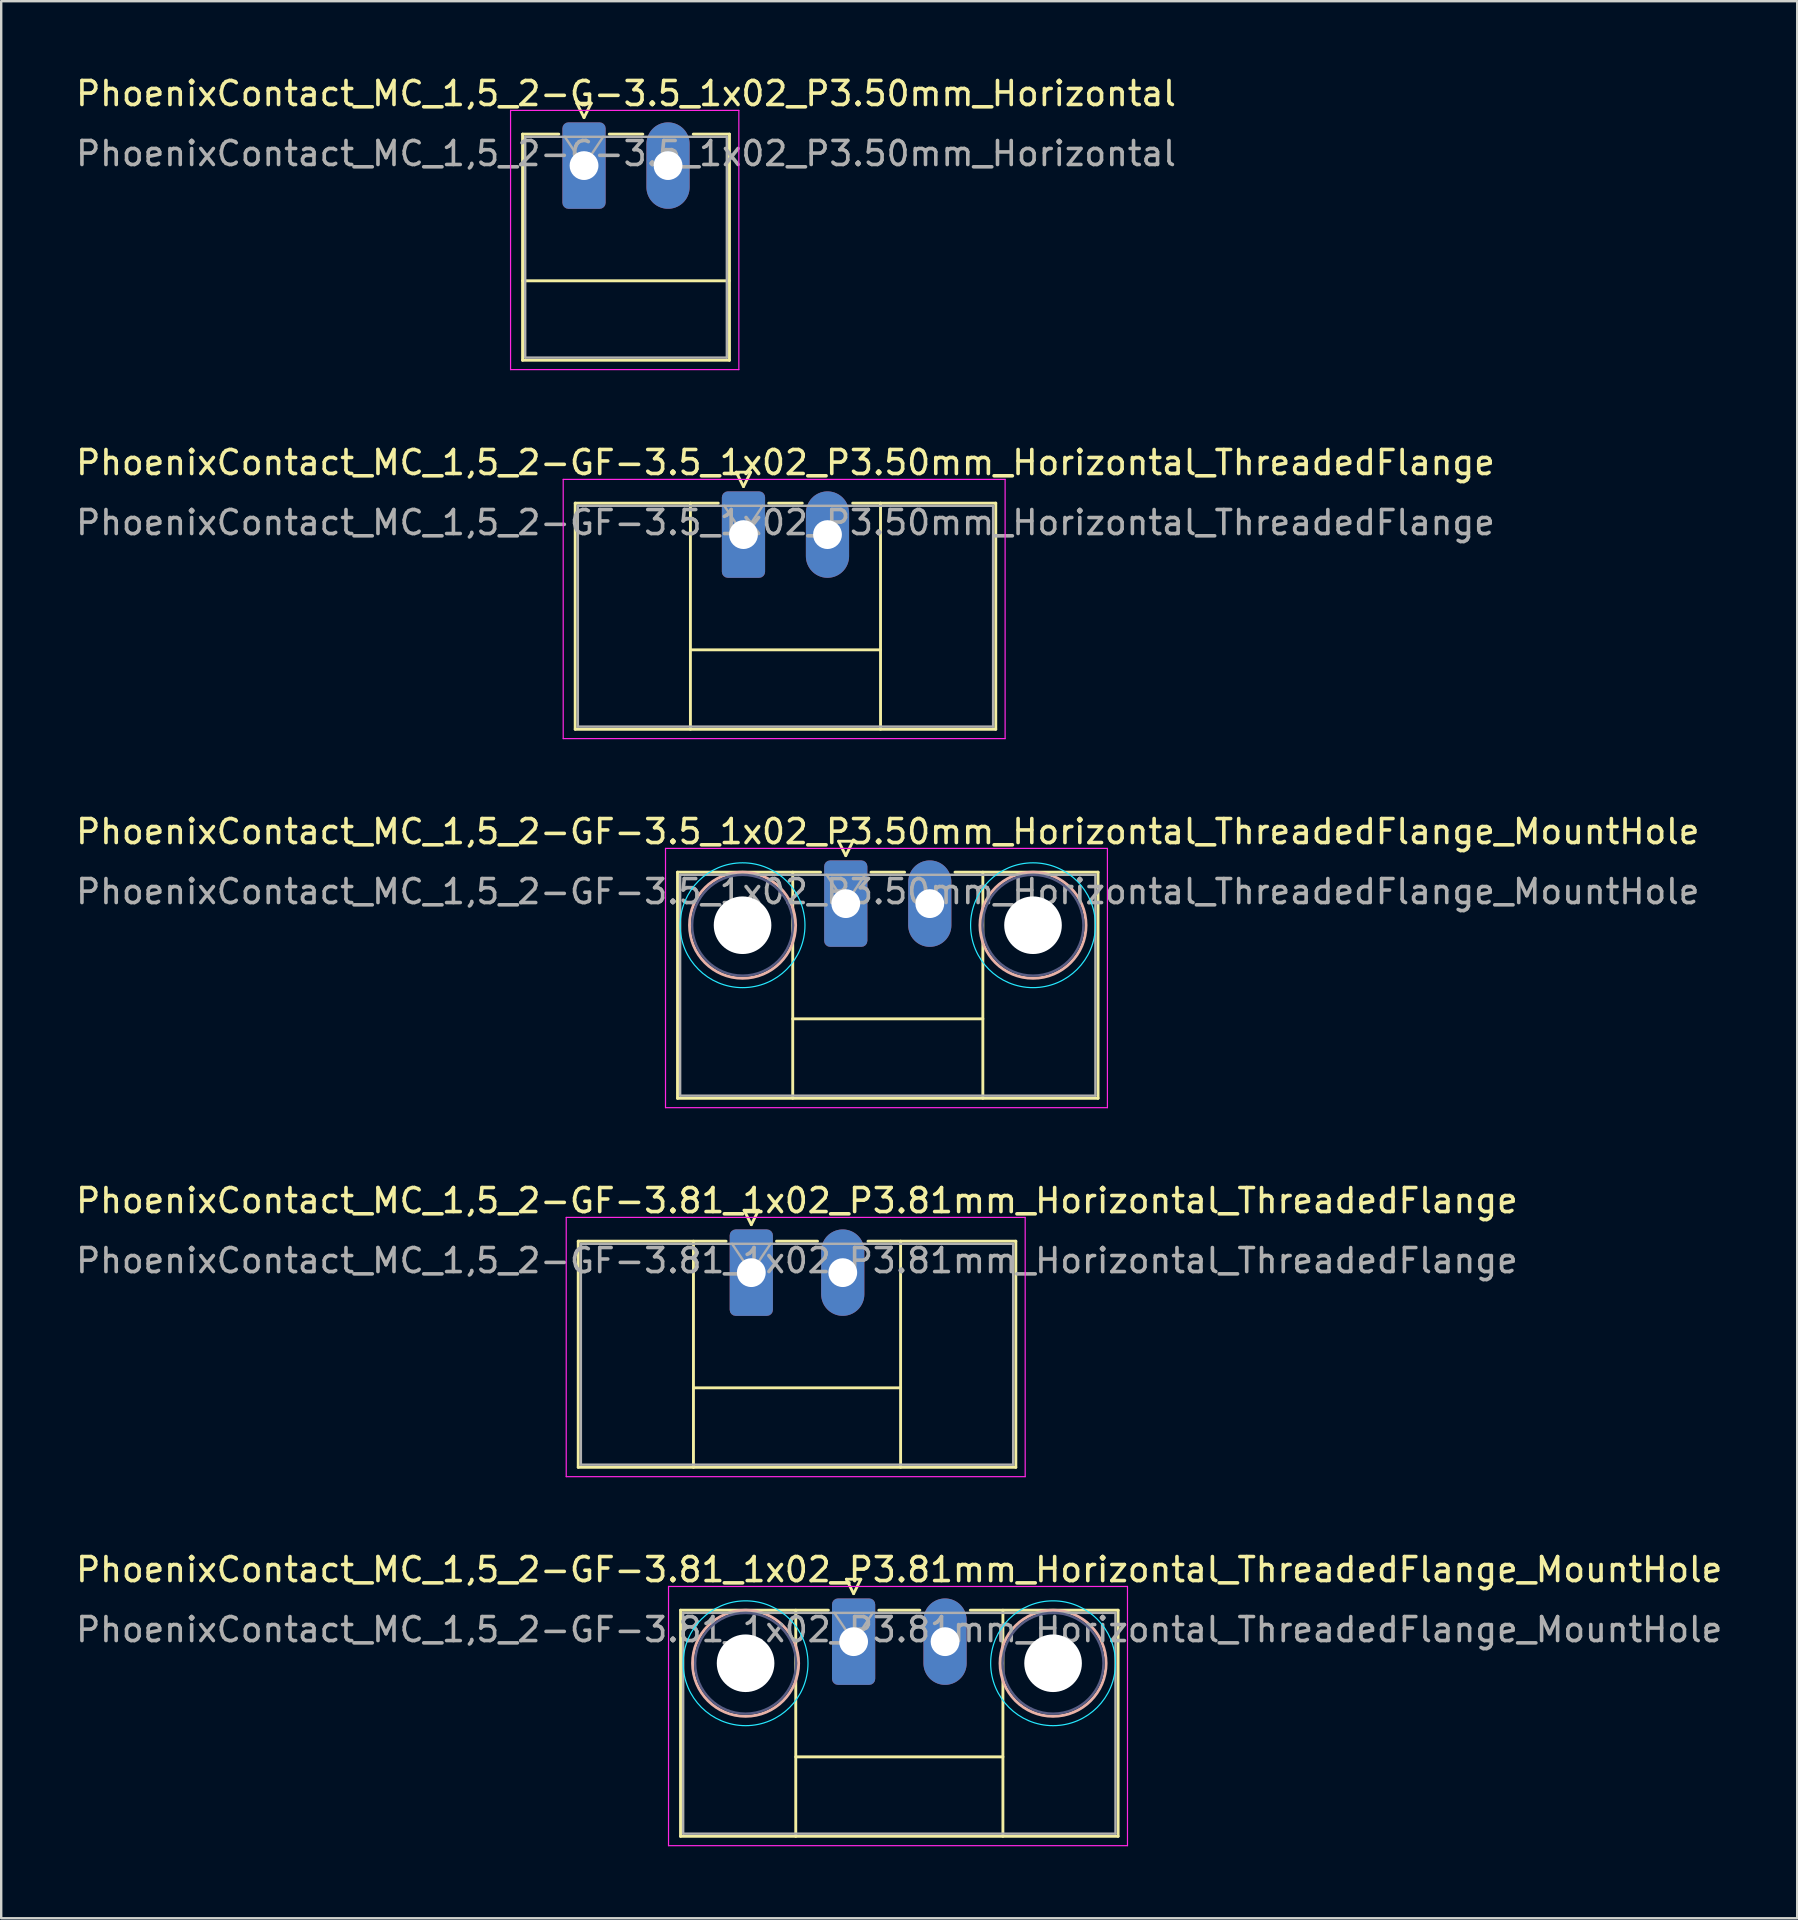
<source format=kicad_pcb>
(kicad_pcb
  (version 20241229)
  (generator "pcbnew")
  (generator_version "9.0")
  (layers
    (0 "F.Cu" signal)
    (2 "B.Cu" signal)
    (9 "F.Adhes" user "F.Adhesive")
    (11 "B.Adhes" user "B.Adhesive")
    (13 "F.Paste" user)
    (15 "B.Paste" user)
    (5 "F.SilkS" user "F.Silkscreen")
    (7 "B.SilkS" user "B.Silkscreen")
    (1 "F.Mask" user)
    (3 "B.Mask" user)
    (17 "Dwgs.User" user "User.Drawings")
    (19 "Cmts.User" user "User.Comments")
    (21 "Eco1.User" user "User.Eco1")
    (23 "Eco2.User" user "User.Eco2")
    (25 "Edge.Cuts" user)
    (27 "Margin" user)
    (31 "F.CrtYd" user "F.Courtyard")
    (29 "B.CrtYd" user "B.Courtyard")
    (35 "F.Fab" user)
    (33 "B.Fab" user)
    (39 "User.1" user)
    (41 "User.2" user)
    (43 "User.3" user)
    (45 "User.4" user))
  (footprint "PhoenixContact_MC_1,5_2-GF-3.81_1x02_P3.81mm_Horizontal_ThreadedFlange_MountHole"
    (layer "F.Cu")
    (at 32.511 65.341)
    (property "Reference" "PhoenixContact_MC_1,5_2-GF-3.81_1x02_P3.81mm_Horizontal_ThreadedFlange_MountHole" (at 1.9 -3 0) (layer "F.SilkS") (effects (font (size 1 1) (thickness 0.15))))
    (attr through_hole)
    (fp_line (start -7.21 -1.31) (end -7.21 8.11) (stroke (width 0.12) (type solid)) (layer "F.SilkS"))
    (fp_line (start -7.21 -1.31) (end -1.05 -1.31) (stroke (width 0.12) (type solid)) (layer "F.SilkS"))
    (fp_line (start -7.21 8.11) (end 11.02 8.11) (stroke (width 0.12) (type solid)) (layer "F.SilkS"))
    (fp_line (start -2.41 -1.31) (end -2.41 8.11) (stroke (width 0.12) (type solid)) (layer "F.SilkS"))
    (fp_line (start -2.41 4.8) (end 6.22 4.8) (stroke (width 0.12) (type solid)) (layer "F.SilkS"))
    (fp_line (start -0.3 -2.6) (end 0.3 -2.6) (stroke (width 0.12) (type solid)) (layer "F.SilkS"))
    (fp_line (start 0 -2) (end -0.3 -2.6) (stroke (width 0.12) (type solid)) (layer "F.SilkS"))
    (fp_line (start 0.3 -2.6) (end 0 -2) (stroke (width 0.12) (type solid)) (layer "F.SilkS"))
    (fp_line (start 1.05 -1.31) (end 2.76 -1.31) (stroke (width 0.12) (type solid)) (layer "F.SilkS"))
    (fp_line (start 6.22 -1.31) (end 6.22 8.11) (stroke (width 0.12) (type solid)) (layer "F.SilkS"))
    (fp_line (start 11.02 -1.31) (end 4.86 -1.31) (stroke (width 0.12) (type solid)) (layer "F.SilkS"))
    (fp_line (start 11.02 8.11) (end 11.02 -1.31) (stroke (width 0.12) (type solid)) (layer "F.SilkS"))
    (fp_circle (center -4.5 0.9) (end -2.29 0.9) (stroke (width 0.12) (type solid)) (fill no) (layer "B.SilkS"))
    (fp_circle (center 8.31 0.9) (end 10.52 0.9) (stroke (width 0.12) (type solid)) (fill no) (layer "B.SilkS"))
    (fp_circle (center -4.5 0.9) (end -1.9 0.9) (stroke (width 0.05) (type solid)) (fill no) (layer "B.CrtYd"))
    (fp_circle (center 8.31 0.9) (end 10.91 0.9) (stroke (width 0.05) (type solid)) (fill no) (layer "B.CrtYd"))
    (fp_line (start -7.71 -2.3) (end -7.71 8.5) (stroke (width 0.05) (type solid)) (layer "F.CrtYd"))
    (fp_line (start -7.71 8.5) (end 11.41 8.5) (stroke (width 0.05) (type solid)) (layer "F.CrtYd"))
    (fp_line (start 11.41 -2.3) (end -7.71 -2.3) (stroke (width 0.05) (type solid)) (layer "F.CrtYd"))
    (fp_line (start 11.41 8.5) (end 11.41 -2.3) (stroke (width 0.05) (type solid)) (layer "F.CrtYd"))
    (fp_circle (center -4.5 0.9) (end -2.4 0.9) (stroke (width 0.1) (type solid)) (fill no) (layer "B.Fab"))
    (fp_circle (center 8.31 0.9) (end 10.41 0.9) (stroke (width 0.1) (type solid)) (fill no) (layer "B.Fab"))
    (fp_line (start -7.1 -1.2) (end -7.1 8) (stroke (width 0.1) (type solid)) (layer "F.Fab"))
    (fp_line (start -7.1 8) (end 10.91 8) (stroke (width 0.1) (type solid)) (layer "F.Fab"))
    (fp_line (start 0 0) (end -0.8 -1.2) (stroke (width 0.1) (type solid)) (layer "F.Fab"))
    (fp_line (start 0.8 -1.2) (end 0 0) (stroke (width 0.1) (type solid)) (layer "F.Fab"))
    (fp_line (start 10.91 -1.2) (end -7.1 -1.2) (stroke (width 0.1) (type solid)) (layer "F.Fab"))
    (fp_line (start 10.91 8) (end 10.91 -1.2) (stroke (width 0.1) (type solid)) (layer "F.Fab"))
    (fp_text user "${REFERENCE}" (at 1.9 -0.5 0) (layer "F.Fab") (effects (font (size 1 1) (thickness 0.15))))
    (pad "" np_thru_hole circle (at -4.5 0.9) (size 2.4 2.4) (drill 2.4) (layers "*.Cu" "*.Mask"))
    (pad "" np_thru_hole circle (at 8.31 0.9) (size 2.4 2.4) (drill 2.4) (layers "*.Cu" "*.Mask"))
    (pad "1" thru_hole roundrect (at 0 0) (size 1.8 3.6) (drill 1.2) (layers "*.Cu" "*.Mask") (roundrect_rratio 0.139))
    (pad "2" thru_hole oval (at 3.81 0) (size 1.8 3.6) (drill 1.2) (layers "*.Cu" "*.Mask")))
  (footprint "PhoenixContact_MC_1,5_2-GF-3.81_1x02_P3.81mm_Horizontal_ThreadedFlange"
    (layer "F.Cu")
    (at 28.249 49.968)
    (property "Reference" "PhoenixContact_MC_1,5_2-GF-3.81_1x02_P3.81mm_Horizontal_ThreadedFlange" (at 1.9 -3 0) (layer "F.SilkS") (effects (font (size 1 1) (thickness 0.15))))
    (attr through_hole)
    (fp_line (start -7.21 -1.31) (end -7.21 8.11) (stroke (width 0.12) (type solid)) (layer "F.SilkS"))
    (fp_line (start -7.21 -1.31) (end -1.05 -1.31) (stroke (width 0.12) (type solid)) (layer "F.SilkS"))
    (fp_line (start -7.21 8.11) (end 11.02 8.11) (stroke (width 0.12) (type solid)) (layer "F.SilkS"))
    (fp_line (start -2.41 -1.31) (end -2.41 8.11) (stroke (width 0.12) (type solid)) (layer "F.SilkS"))
    (fp_line (start -2.41 4.8) (end 6.22 4.8) (stroke (width 0.12) (type solid)) (layer "F.SilkS"))
    (fp_line (start -0.3 -2.6) (end 0.3 -2.6) (stroke (width 0.12) (type solid)) (layer "F.SilkS"))
    (fp_line (start 0 -2) (end -0.3 -2.6) (stroke (width 0.12) (type solid)) (layer "F.SilkS"))
    (fp_line (start 0.3 -2.6) (end 0 -2) (stroke (width 0.12) (type solid)) (layer "F.SilkS"))
    (fp_line (start 1.05 -1.31) (end 2.76 -1.31) (stroke (width 0.12) (type solid)) (layer "F.SilkS"))
    (fp_line (start 6.22 -1.31) (end 6.22 8.11) (stroke (width 0.12) (type solid)) (layer "F.SilkS"))
    (fp_line (start 11.02 -1.31) (end 4.86 -1.31) (stroke (width 0.12) (type solid)) (layer "F.SilkS"))
    (fp_line (start 11.02 8.11) (end 11.02 -1.31) (stroke (width 0.12) (type solid)) (layer "F.SilkS"))
    (fp_line (start -7.71 -2.3) (end -7.71 8.5) (stroke (width 0.05) (type solid)) (layer "F.CrtYd"))
    (fp_line (start -7.71 8.5) (end 11.41 8.5) (stroke (width 0.05) (type solid)) (layer "F.CrtYd"))
    (fp_line (start 11.41 -2.3) (end -7.71 -2.3) (stroke (width 0.05) (type solid)) (layer "F.CrtYd"))
    (fp_line (start 11.41 8.5) (end 11.41 -2.3) (stroke (width 0.05) (type solid)) (layer "F.CrtYd"))
    (fp_line (start -7.1 -1.2) (end -7.1 8) (stroke (width 0.1) (type solid)) (layer "F.Fab"))
    (fp_line (start -7.1 8) (end 10.91 8) (stroke (width 0.1) (type solid)) (layer "F.Fab"))
    (fp_line (start 0 0) (end -0.8 -1.2) (stroke (width 0.1) (type solid)) (layer "F.Fab"))
    (fp_line (start 0.8 -1.2) (end 0 0) (stroke (width 0.1) (type solid)) (layer "F.Fab"))
    (fp_line (start 10.91 -1.2) (end -7.1 -1.2) (stroke (width 0.1) (type solid)) (layer "F.Fab"))
    (fp_line (start 10.91 8) (end 10.91 -1.2) (stroke (width 0.1) (type solid)) (layer "F.Fab"))
    (fp_text user "${REFERENCE}" (at 1.9 -0.5 0) (layer "F.Fab") (effects (font (size 1 1) (thickness 0.15))))
    (pad "1" thru_hole roundrect (at 0 0) (size 1.8 3.6) (drill 1.2) (layers "*.Cu" "*.Mask") (roundrect_rratio 0.139))
    (pad "2" thru_hole oval (at 3.81 0) (size 1.8 3.6) (drill 1.2) (layers "*.Cu" "*.Mask")))
  (footprint "PhoenixContact_MC_1,5_2-G-3.5_1x02_P3.50mm_Horizontal"
    (layer "F.Cu")
    (at 21.28 3.848)
    (property "Reference" "PhoenixContact_MC_1,5_2-G-3.5_1x02_P3.50mm_Horizontal" (at 1.75 -3 0) (layer "F.SilkS") (effects (font (size 1 1) (thickness 0.15))))
    (attr through_hole)
    (fp_line (start -2.56 -1.31) (end -2.56 8.11) (stroke (width 0.12) (type solid)) (layer "F.SilkS"))
    (fp_line (start -2.56 -1.31) (end -1.05 -1.31) (stroke (width 0.12) (type solid)) (layer "F.SilkS"))
    (fp_line (start -2.56 4.8) (end 6.06 4.8) (stroke (width 0.12) (type solid)) (layer "F.SilkS"))
    (fp_line (start -2.56 8.11) (end 6.06 8.11) (stroke (width 0.12) (type solid)) (layer "F.SilkS"))
    (fp_line (start -0.3 -2.6) (end 0.3 -2.6) (stroke (width 0.12) (type solid)) (layer "F.SilkS"))
    (fp_line (start 0 -2) (end -0.3 -2.6) (stroke (width 0.12) (type solid)) (layer "F.SilkS"))
    (fp_line (start 0.3 -2.6) (end 0 -2) (stroke (width 0.12) (type solid)) (layer "F.SilkS"))
    (fp_line (start 1.05 -1.31) (end 2.45 -1.31) (stroke (width 0.12) (type solid)) (layer "F.SilkS"))
    (fp_line (start 6.06 -1.31) (end 4.55 -1.31) (stroke (width 0.12) (type solid)) (layer "F.SilkS"))
    (fp_line (start 6.06 8.11) (end 6.06 -1.31) (stroke (width 0.12) (type solid)) (layer "F.SilkS"))
    (fp_line (start -3.06 -2.3) (end -3.06 8.5) (stroke (width 0.05) (type solid)) (layer "F.CrtYd"))
    (fp_line (start -3.06 8.5) (end 6.45 8.5) (stroke (width 0.05) (type solid)) (layer "F.CrtYd"))
    (fp_line (start 6.45 -2.3) (end -3.06 -2.3) (stroke (width 0.05) (type solid)) (layer "F.CrtYd"))
    (fp_line (start 6.45 8.5) (end 6.45 -2.3) (stroke (width 0.05) (type solid)) (layer "F.CrtYd"))
    (fp_line (start -2.45 -1.2) (end -2.45 8) (stroke (width 0.1) (type solid)) (layer "F.Fab"))
    (fp_line (start -2.45 8) (end 5.95 8) (stroke (width 0.1) (type solid)) (layer "F.Fab"))
    (fp_line (start 0 0) (end -0.8 -1.2) (stroke (width 0.1) (type solid)) (layer "F.Fab"))
    (fp_line (start 0.8 -1.2) (end 0 0) (stroke (width 0.1) (type solid)) (layer "F.Fab"))
    (fp_line (start 5.95 -1.2) (end -2.45 -1.2) (stroke (width 0.1) (type solid)) (layer "F.Fab"))
    (fp_line (start 5.95 8) (end 5.95 -1.2) (stroke (width 0.1) (type solid)) (layer "F.Fab"))
    (fp_text user "${REFERENCE}" (at 1.75 -0.5 0) (layer "F.Fab") (effects (font (size 1 1) (thickness 0.15))))
    (pad "1" thru_hole roundrect (at 0 0) (size 1.8 3.6) (drill 1.2) (layers "*.Cu" "*.Mask") (roundrect_rratio 0.139))
    (pad "2" thru_hole oval (at 3.5 0) (size 1.8 3.6) (drill 1.2) (layers "*.Cu" "*.Mask")))
  (footprint "PhoenixContact_MC_1,5_2-GF-3.5_1x02_P3.50mm_Horizontal_ThreadedFlange"
    (layer "F.Cu")
    (at 27.923 19.221)
    (property "Reference" "PhoenixContact_MC_1,5_2-GF-3.5_1x02_P3.50mm_Horizontal_ThreadedFlange" (at 1.75 -3 0) (layer "F.SilkS") (effects (font (size 1 1) (thickness 0.15))))
    (attr through_hole)
    (fp_line (start -7.01 -1.31) (end -7.01 8.11) (stroke (width 0.12) (type solid)) (layer "F.SilkS"))
    (fp_line (start -7.01 -1.31) (end -1.05 -1.31) (stroke (width 0.12) (type solid)) (layer "F.SilkS"))
    (fp_line (start -7.01 8.11) (end 10.51 8.11) (stroke (width 0.12) (type solid)) (layer "F.SilkS"))
    (fp_line (start -2.21 -1.31) (end -2.21 8.11) (stroke (width 0.12) (type solid)) (layer "F.SilkS"))
    (fp_line (start -2.21 4.8) (end 5.71 4.8) (stroke (width 0.12) (type solid)) (layer "F.SilkS"))
    (fp_line (start -0.3 -2.6) (end 0.3 -2.6) (stroke (width 0.12) (type solid)) (layer "F.SilkS"))
    (fp_line (start 0 -2) (end -0.3 -2.6) (stroke (width 0.12) (type solid)) (layer "F.SilkS"))
    (fp_line (start 0.3 -2.6) (end 0 -2) (stroke (width 0.12) (type solid)) (layer "F.SilkS"))
    (fp_line (start 1.05 -1.31) (end 2.45 -1.31) (stroke (width 0.12) (type solid)) (layer "F.SilkS"))
    (fp_line (start 5.71 -1.31) (end 5.71 8.11) (stroke (width 0.12) (type solid)) (layer "F.SilkS"))
    (fp_line (start 10.51 -1.31) (end 4.55 -1.31) (stroke (width 0.12) (type solid)) (layer "F.SilkS"))
    (fp_line (start 10.51 8.11) (end 10.51 -1.31) (stroke (width 0.12) (type solid)) (layer "F.SilkS"))
    (fp_line (start -7.51 -2.3) (end -7.51 8.5) (stroke (width 0.05) (type solid)) (layer "F.CrtYd"))
    (fp_line (start -7.51 8.5) (end 10.9 8.5) (stroke (width 0.05) (type solid)) (layer "F.CrtYd"))
    (fp_line (start 10.9 -2.3) (end -7.51 -2.3) (stroke (width 0.05) (type solid)) (layer "F.CrtYd"))
    (fp_line (start 10.9 8.5) (end 10.9 -2.3) (stroke (width 0.05) (type solid)) (layer "F.CrtYd"))
    (fp_line (start -6.9 -1.2) (end -6.9 8) (stroke (width 0.1) (type solid)) (layer "F.Fab"))
    (fp_line (start -6.9 8) (end 10.4 8) (stroke (width 0.1) (type solid)) (layer "F.Fab"))
    (fp_line (start 0 0) (end -0.8 -1.2) (stroke (width 0.1) (type solid)) (layer "F.Fab"))
    (fp_line (start 0.8 -1.2) (end 0 0) (stroke (width 0.1) (type solid)) (layer "F.Fab"))
    (fp_line (start 10.4 -1.2) (end -6.9 -1.2) (stroke (width 0.1) (type solid)) (layer "F.Fab"))
    (fp_line (start 10.4 8) (end 10.4 -1.2) (stroke (width 0.1) (type solid)) (layer "F.Fab"))
    (fp_text user "${REFERENCE}" (at 1.75 -0.5 0) (layer "F.Fab") (effects (font (size 1 1) (thickness 0.15))))
    (pad "1" thru_hole roundrect (at 0 0) (size 1.8 3.6) (drill 1.2) (layers "*.Cu" "*.Mask") (roundrect_rratio 0.139))
    (pad "2" thru_hole oval (at 3.5 0) (size 1.8 3.6) (drill 1.2) (layers "*.Cu" "*.Mask")))
  (footprint "PhoenixContact_MC_1,5_2-GF-3.5_1x02_P3.50mm_Horizontal_ThreadedFlange_MountHole"
    (layer "F.Cu")
    (at 32.185 34.595)
    (property "Reference" "PhoenixContact_MC_1,5_2-GF-3.5_1x02_P3.50mm_Horizontal_ThreadedFlange_MountHole" (at 1.75 -3 0) (layer "F.SilkS") (effects (font (size 1 1) (thickness 0.15))))
    (attr through_hole)
    (fp_line (start -7.01 -1.31) (end -7.01 8.11) (stroke (width 0.12) (type solid)) (layer "F.SilkS"))
    (fp_line (start -7.01 -1.31) (end -1.05 -1.31) (stroke (width 0.12) (type solid)) (layer "F.SilkS"))
    (fp_line (start -7.01 8.11) (end 10.51 8.11) (stroke (width 0.12) (type solid)) (layer "F.SilkS"))
    (fp_line (start -2.21 -1.31) (end -2.21 8.11) (stroke (width 0.12) (type solid)) (layer "F.SilkS"))
    (fp_line (start -2.21 4.8) (end 5.71 4.8) (stroke (width 0.12) (type solid)) (layer "F.SilkS"))
    (fp_line (start -0.3 -2.6) (end 0.3 -2.6) (stroke (width 0.12) (type solid)) (layer "F.SilkS"))
    (fp_line (start 0 -2) (end -0.3 -2.6) (stroke (width 0.12) (type solid)) (layer "F.SilkS"))
    (fp_line (start 0.3 -2.6) (end 0 -2) (stroke (width 0.12) (type solid)) (layer "F.SilkS"))
    (fp_line (start 1.05 -1.31) (end 2.45 -1.31) (stroke (width 0.12) (type solid)) (layer "F.SilkS"))
    (fp_line (start 5.71 -1.31) (end 5.71 8.11) (stroke (width 0.12) (type solid)) (layer "F.SilkS"))
    (fp_line (start 10.51 -1.31) (end 4.55 -1.31) (stroke (width 0.12) (type solid)) (layer "F.SilkS"))
    (fp_line (start 10.51 8.11) (end 10.51 -1.31) (stroke (width 0.12) (type solid)) (layer "F.SilkS"))
    (fp_circle (center -4.3 0.9) (end -2.09 0.9) (stroke (width 0.12) (type solid)) (fill no) (layer "B.SilkS"))
    (fp_circle (center 7.8 0.9) (end 10.01 0.9) (stroke (width 0.12) (type solid)) (fill no) (layer "B.SilkS"))
    (fp_circle (center -4.3 0.9) (end -1.7 0.9) (stroke (width 0.05) (type solid)) (fill no) (layer "B.CrtYd"))
    (fp_circle (center 7.8 0.9) (end 10.4 0.9) (stroke (width 0.05) (type solid)) (fill no) (layer "B.CrtYd"))
    (fp_line (start -7.51 -2.3) (end -7.51 8.5) (stroke (width 0.05) (type solid)) (layer "F.CrtYd"))
    (fp_line (start -7.51 8.5) (end 10.9 8.5) (stroke (width 0.05) (type solid)) (layer "F.CrtYd"))
    (fp_line (start 10.9 -2.3) (end -7.51 -2.3) (stroke (width 0.05) (type solid)) (layer "F.CrtYd"))
    (fp_line (start 10.9 8.5) (end 10.9 -2.3) (stroke (width 0.05) (type solid)) (layer "F.CrtYd"))
    (fp_circle (center -4.3 0.9) (end -2.2 0.9) (stroke (width 0.1) (type solid)) (fill no) (layer "B.Fab"))
    (fp_circle (center 7.8 0.9) (end 9.9 0.9) (stroke (width 0.1) (type solid)) (fill no) (layer "B.Fab"))
    (fp_line (start -6.9 -1.2) (end -6.9 8) (stroke (width 0.1) (type solid)) (layer "F.Fab"))
    (fp_line (start -6.9 8) (end 10.4 8) (stroke (width 0.1) (type solid)) (layer "F.Fab"))
    (fp_line (start 0 0) (end -0.8 -1.2) (stroke (width 0.1) (type solid)) (layer "F.Fab"))
    (fp_line (start 0.8 -1.2) (end 0 0) (stroke (width 0.1) (type solid)) (layer "F.Fab"))
    (fp_line (start 10.4 -1.2) (end -6.9 -1.2) (stroke (width 0.1) (type solid)) (layer "F.Fab"))
    (fp_line (start 10.4 8) (end 10.4 -1.2) (stroke (width 0.1) (type solid)) (layer "F.Fab"))
    (fp_text user "${REFERENCE}" (at 1.75 -0.5 0) (layer "F.Fab") (effects (font (size 1 1) (thickness 0.15))))
    (pad "" np_thru_hole circle (at -4.3 0.9) (size 2.4 2.4) (drill 2.4) (layers "*.Cu" "*.Mask"))
    (pad "" np_thru_hole circle (at 7.8 0.9) (size 2.4 2.4) (drill 2.4) (layers "*.Cu" "*.Mask"))
    (pad "1" thru_hole roundrect (at 0 0) (size 1.8 3.6) (drill 1.2) (layers "*.Cu" "*.Mask") (roundrect_rratio 0.139))
    (pad "2" thru_hole oval (at 3.5 0) (size 1.8 3.6) (drill 1.2) (layers "*.Cu" "*.Mask")))
  (gr_rect
    (start -3 -3)
    (end 71.821 76.866)
    (stroke (width 0.1) (type default))
    (fill no)
    (layer "Edge.Cuts")))
</source>
